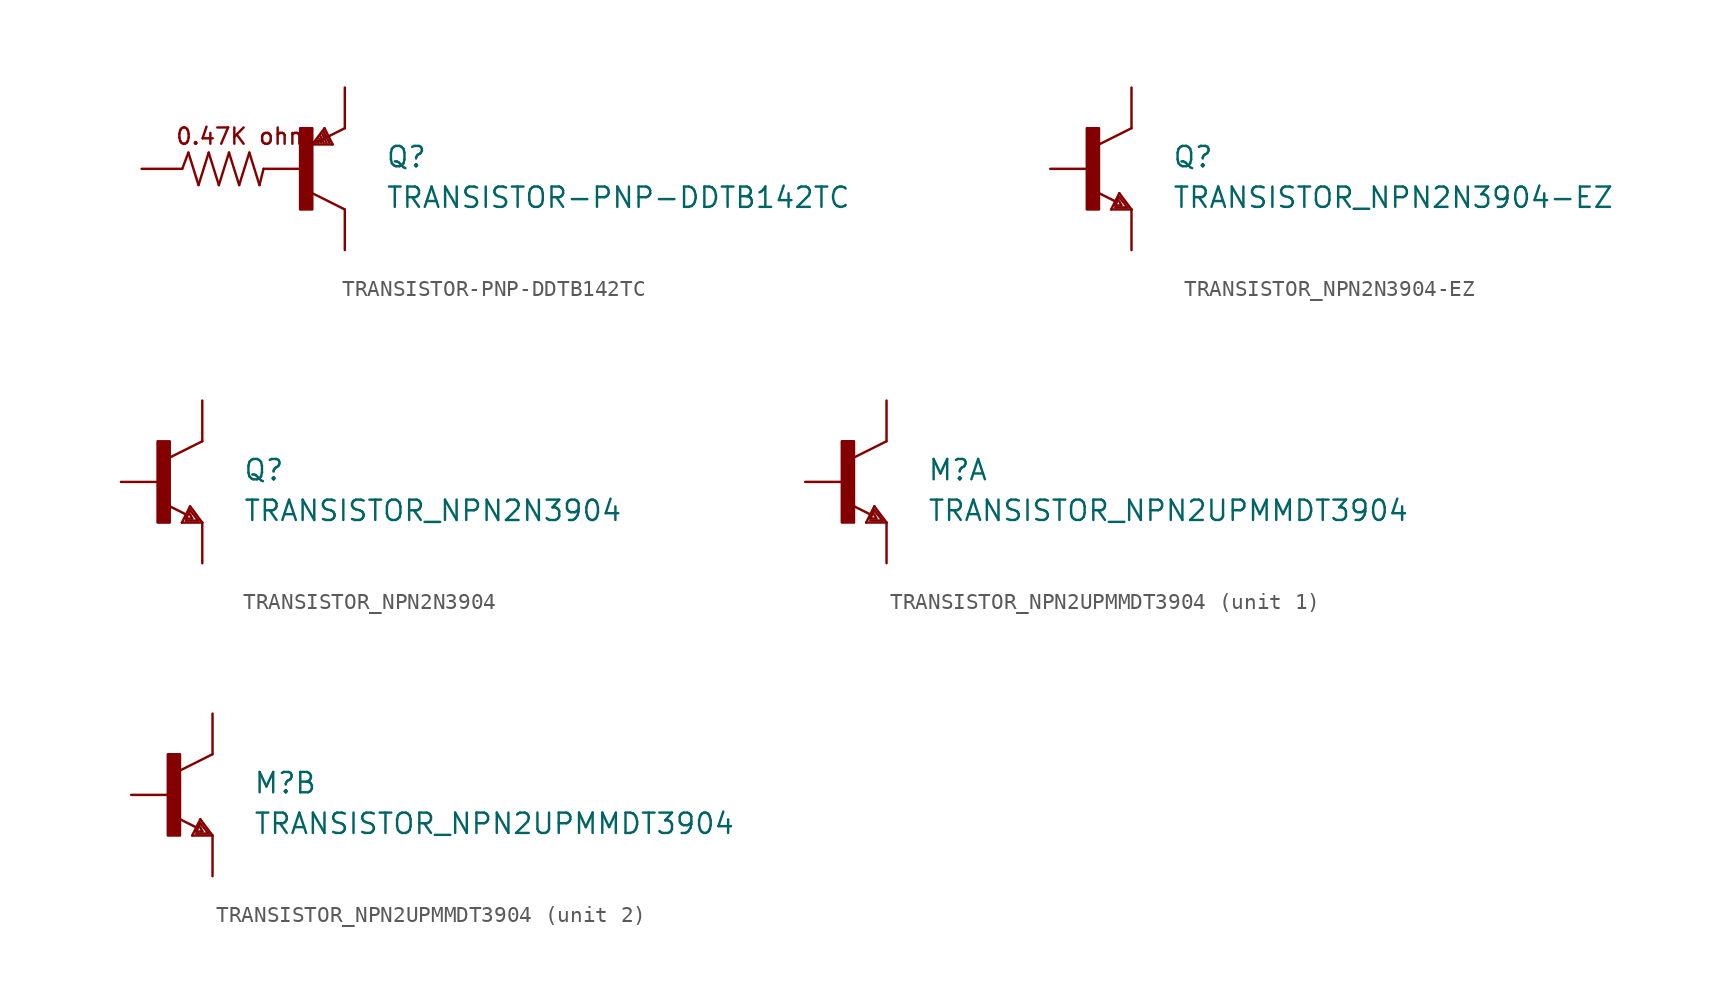
<source format=kicad_sym>
(kicad_symbol_lib
  (version 20211014)
  (generator kicad_symbol_editor)
  (symbol "TRANSISTOR-PNP-DDTB142TC"
    (pin_numbers hide)
    (pin_names
      (offset 1.016) hide)
    (property "Reference" "Q"
      (at 5.08 0 0)
      (effects (font (size 1.27 1.27)) (justify left bottom)))
    (property "Value" "TRANSISTOR-PNP-DDTB142TC"
      (at 5.08 -2.54 0)
      (effects (font (size 1.27 1.27)) (justify left bottom)))
    (property "ki_locked" ""
      (at 0 0 0)
      (effects (font (size 1.27 1.27))))
    (symbol "TRANSISTOR-PNP-DDTB142TC_1_0"
      (polyline (pts (xy -7.62 0) (xy -7.239 1.016)) (stroke (width 0) (type default) (color 0 0 0 0)) (fill (type none)))
      (polyline (pts (xy -7.239 1.016) (xy -6.604 -1.016)) (stroke (width 0) (type default) (color 0 0 0 0)) (fill (type none)))
      (polyline (pts (xy -6.604 -1.016) (xy -5.969 1.016)) (stroke (width 0) (type default) (color 0 0 0 0)) (fill (type none)))
      (polyline (pts (xy -5.969 1.016) (xy -5.334 -1.016)) (stroke (width 0) (type default) (color 0 0 0 0)) (fill (type none)))
      (polyline (pts (xy -5.334 -1.016) (xy -4.699 1.016)) (stroke (width 0) (type default) (color 0 0 0 0)) (fill (type none)))
      (polyline (pts (xy -4.699 1.016) (xy -4.064 -1.016)) (stroke (width 0) (type default) (color 0 0 0 0)) (fill (type none)))
      (polyline (pts (xy -4.064 -1.016) (xy -3.429 1.016)) (stroke (width 0) (type default) (color 0 0 0 0)) (fill (type none)))
      (polyline (pts (xy -3.429 1.016) (xy -2.794 -1.016)) (stroke (width 0) (type default) (color 0 0 0 0)) (fill (type none)))
      (polyline (pts (xy -2.794 -1.016) (xy -2.54 0)) (stroke (width 0) (type default) (color 0 0 0 0)) (fill (type none)))
      (polyline (pts (xy -2.54 0) (xy 0 0)) (stroke (width 0) (type default) (color 0 0 0 0)) (fill (type none)))
      (polyline (pts (xy 0.508 -1.524) (xy 2.54 -2.54)) (stroke (width 0) (type default) (color 0 0 0 0)) (fill (type none)))
      (polyline (pts (xy 0.508 1.524) (xy 1.27 2.54)) (stroke (width 0) (type default) (color 0 0 0 0)) (fill (type none)))
      (polyline (pts (xy 0.813 1.778) (xy 0.889 1.626)) (stroke (width 0) (type default) (color 0 0 0 0)) (fill (type none)))
      (polyline (pts (xy 0.94 1.88) (xy 1.041 1.651)) (stroke (width 0) (type default) (color 0 0 0 0)) (fill (type none)))
      (polyline (pts (xy 1.016 2.032) (xy 1.219 1.626)) (stroke (width 0) (type default) (color 0 0 0 0)) (fill (type none)))
      (polyline (pts (xy 1.143 2.159) (xy 1.397 1.626)) (stroke (width 0) (type default) (color 0 0 0 0)) (fill (type none)))
      (polyline (pts (xy 1.219 2.311) (xy 1.575 1.626)) (stroke (width 0) (type default) (color 0 0 0 0)) (fill (type none)))
      (polyline (pts (xy 1.27 2.54) (xy 1.778 1.524)) (stroke (width 0) (type default) (color 0 0 0 0)) (fill (type none)))
      (polyline (pts (xy 1.778 1.524) (xy 0.508 1.524)) (stroke (width 0) (type default) (color 0 0 0 0)) (fill (type none)))
      (polyline (pts (xy 2.54 2.54) (xy 0.508 1.524)) (stroke (width 0) (type default) (color 0 0 0 0)) (fill (type none)))
      (text "0.47K ohm" (at -3.81 2.032 0) (effects (font (size 1.016 1.016)))))
    (symbol "TRANSISTOR-PNP-DDTB142TC_1_1"
      (rectangle (start -0.254 -2.54) (end 0.508 2.54) (stroke (width 0) (type default) (color 0 0 0 0)) (fill (type outline)))
      (pin passive line (at -10.16 0 0) (length 2.54) (name "B" (effects (font (size 1.016 1.016)))) (number "1" (effects (font (size 1.016 1.016)))))
      (pin passive line (at 2.54 5.08 270) (length 2.54) (name "E" (effects (font (size 1.016 1.016)))) (number "2" (effects (font (size 1.016 1.016)))))
      (pin passive line (at 2.54 -5.08 90) (length 2.54) (name "C" (effects (font (size 1.016 1.016)))) (number "3" (effects (font (size 1.016 1.016)))))))
  (symbol "TRANSISTOR_NPN2N3904-EZ"
    (pin_numbers hide)
    (pin_names
      (offset 1.016) hide)
    (property "Reference" "Q"
      (at 5.08 0 0)
      (effects (font (size 1.27 1.27)) (justify left bottom)))
    (property "Value" "TRANSISTOR_NPN2N3904-EZ"
      (at 5.08 -2.54 0)
      (effects (font (size 1.27 1.27)) (justify left bottom)))
    (property "ki_locked" ""
      (at 0 0 0)
      (effects (font (size 1.27 1.27))))
    (symbol "TRANSISTOR_NPN2N3904-EZ_1_0"
      (polyline (pts (xy 1.27 -2.54) (xy 1.778 -1.524)) (stroke (width 0) (type default) (color 0 0 0 0)) (fill (type none)))
      (polyline (pts (xy 1.524 -2.413) (xy 2.286 -2.413)) (stroke (width 0) (type default) (color 0 0 0 0)) (fill (type none)))
      (polyline (pts (xy 1.524 -2.286) (xy 1.905 -2.286)) (stroke (width 0) (type default) (color 0 0 0 0)) (fill (type none)))
      (polyline (pts (xy 1.524 -2.032) (xy 0.305 -1.422)) (stroke (width 0) (type default) (color 0 0 0 0)) (fill (type none)))
      (polyline (pts (xy 1.778 -1.778) (xy 1.524 -2.286)) (stroke (width 0) (type default) (color 0 0 0 0)) (fill (type none)))
      (polyline (pts (xy 1.778 -1.524) (xy 2.54 -2.54)) (stroke (width 0) (type default) (color 0 0 0 0)) (fill (type none)))
      (polyline (pts (xy 1.905 -2.286) (xy 1.778 -2.032)) (stroke (width 0) (type default) (color 0 0 0 0)) (fill (type none)))
      (polyline (pts (xy 2.286 -2.413) (xy 1.778 -1.778)) (stroke (width 0) (type default) (color 0 0 0 0)) (fill (type none)))
      (polyline (pts (xy 2.54 -2.54) (xy 1.27 -2.54)) (stroke (width 0) (type default) (color 0 0 0 0)) (fill (type none)))
      (polyline (pts (xy 2.54 2.54) (xy 0.508 1.524)) (stroke (width 0) (type default) (color 0 0 0 0)) (fill (type none))))
    (symbol "TRANSISTOR_NPN2N3904-EZ_1_1"
      (rectangle (start -0.254 -2.54) (end 0.508 2.54) (stroke (width 0) (type default) (color 0 0 0 0)) (fill (type outline)))
      (pin passive line (at 2.54 -5.08 90) (length 2.54) (name "E" (effects (font (size 1.016 1.016)))) (number "1" (effects (font (size 1.016 1.016)))))
      (pin passive line (at -2.54 0 0) (length 2.54) (name "B" (effects (font (size 1.016 1.016)))) (number "2" (effects (font (size 1.016 1.016)))))
      (pin passive line (at 2.54 5.08 270) (length 2.54) (name "C" (effects (font (size 1.016 1.016)))) (number "3" (effects (font (size 1.016 1.016)))))))
  (symbol "TRANSISTOR_NPN2N3904"
    (pin_numbers hide)
    (pin_names
      (offset 1.016) hide)
    (property "Reference" "Q"
      (at 5.08 0 0)
      (effects (font (size 1.27 1.27)) (justify left bottom)))
    (property "Value" "TRANSISTOR_NPN2N3904"
      (at 5.08 -2.54 0)
      (effects (font (size 1.27 1.27)) (justify left bottom)))
    (property "ki_locked" ""
      (at 0 0 0)
      (effects (font (size 1.27 1.27))))
    (symbol "TRANSISTOR_NPN2N3904_1_0"
      (polyline (pts (xy 1.27 -2.54) (xy 1.778 -1.524)) (stroke (width 0) (type default) (color 0 0 0 0)) (fill (type none)))
      (polyline (pts (xy 1.524 -2.413) (xy 2.286 -2.413)) (stroke (width 0) (type default) (color 0 0 0 0)) (fill (type none)))
      (polyline (pts (xy 1.524 -2.286) (xy 1.905 -2.286)) (stroke (width 0) (type default) (color 0 0 0 0)) (fill (type none)))
      (polyline (pts (xy 1.524 -2.032) (xy 0.305 -1.422)) (stroke (width 0) (type default) (color 0 0 0 0)) (fill (type none)))
      (polyline (pts (xy 1.778 -1.778) (xy 1.524 -2.286)) (stroke (width 0) (type default) (color 0 0 0 0)) (fill (type none)))
      (polyline (pts (xy 1.778 -1.524) (xy 2.54 -2.54)) (stroke (width 0) (type default) (color 0 0 0 0)) (fill (type none)))
      (polyline (pts (xy 1.905 -2.286) (xy 1.778 -2.032)) (stroke (width 0) (type default) (color 0 0 0 0)) (fill (type none)))
      (polyline (pts (xy 2.286 -2.413) (xy 1.778 -1.778)) (stroke (width 0) (type default) (color 0 0 0 0)) (fill (type none)))
      (polyline (pts (xy 2.54 -2.54) (xy 1.27 -2.54)) (stroke (width 0) (type default) (color 0 0 0 0)) (fill (type none)))
      (polyline (pts (xy 2.54 2.54) (xy 0.508 1.524)) (stroke (width 0) (type default) (color 0 0 0 0)) (fill (type none))))
    (symbol "TRANSISTOR_NPN2N3904_1_1"
      (rectangle (start -0.254 -2.54) (end 0.508 2.54) (stroke (width 0) (type default) (color 0 0 0 0)) (fill (type outline)))
      (pin passive line (at 2.54 -5.08 90) (length 2.54) (name "E" (effects (font (size 1.016 1.016)))) (number "1" (effects (font (size 1.016 1.016)))))
      (pin passive line (at -2.54 0 0) (length 2.54) (name "B" (effects (font (size 1.016 1.016)))) (number "2" (effects (font (size 1.016 1.016)))))
      (pin passive line (at 2.54 5.08 270) (length 2.54) (name "C" (effects (font (size 1.016 1.016)))) (number "3" (effects (font (size 1.016 1.016)))))))
  (symbol "TRANSISTOR_NPN2UPMMDT3904"
    (pin_numbers hide)
    (pin_names
      (offset 1.016) hide)
    (property "Reference" "M"
      (at 5.08 0 0)
      (effects (font (size 1.27 1.27)) (justify left bottom)))
    (property "Value" "TRANSISTOR_NPN2UPMMDT3904"
      (at 5.08 -2.54 0)
      (effects (font (size 1.27 1.27)) (justify left bottom)))
    (property "ki_locked" ""
      (at 0 0 0)
      (effects (font (size 1.27 1.27))))
    (symbol "TRANSISTOR_NPN2UPMMDT3904_1_0"
      (polyline (pts (xy 1.27 -2.54) (xy 1.778 -1.524)) (stroke (width 0) (type default) (color 0 0 0 0)) (fill (type none)))
      (polyline (pts (xy 1.524 -2.413) (xy 2.286 -2.413)) (stroke (width 0) (type default) (color 0 0 0 0)) (fill (type none)))
      (polyline (pts (xy 1.524 -2.286) (xy 1.905 -2.286)) (stroke (width 0) (type default) (color 0 0 0 0)) (fill (type none)))
      (polyline (pts (xy 1.524 -2.032) (xy 0.305 -1.422)) (stroke (width 0) (type default) (color 0 0 0 0)) (fill (type none)))
      (polyline (pts (xy 1.778 -1.778) (xy 1.524 -2.286)) (stroke (width 0) (type default) (color 0 0 0 0)) (fill (type none)))
      (polyline (pts (xy 1.778 -1.524) (xy 2.54 -2.54)) (stroke (width 0) (type default) (color 0 0 0 0)) (fill (type none)))
      (polyline (pts (xy 1.905 -2.286) (xy 1.778 -2.032)) (stroke (width 0) (type default) (color 0 0 0 0)) (fill (type none)))
      (polyline (pts (xy 2.286 -2.413) (xy 1.778 -1.778)) (stroke (width 0) (type default) (color 0 0 0 0)) (fill (type none)))
      (polyline (pts (xy 2.54 -2.54) (xy 1.27 -2.54)) (stroke (width 0) (type default) (color 0 0 0 0)) (fill (type none)))
      (polyline (pts (xy 2.54 2.54) (xy 0.508 1.524)) (stroke (width 0) (type default) (color 0 0 0 0)) (fill (type none))))
    (symbol "TRANSISTOR_NPN2UPMMDT3904_1_1"
      (rectangle (start -0.254 -2.54) (end 0.508 2.54) (stroke (width 0) (type default) (color 0 0 0 0)) (fill (type outline)))
      (pin passive line (at 2.54 -5.08 90) (length 2.54) (name "E" (effects (font (size 1.016 1.016)))) (number "1" (effects (font (size 1.016 1.016)))))
      (pin passive line (at -2.54 0 0) (length 2.54) (name "B" (effects (font (size 1.016 1.016)))) (number "2" (effects (font (size 1.016 1.016)))))
      (pin passive line (at 2.54 5.08 270) (length 2.54) (name "C" (effects (font (size 1.016 1.016)))) (number "6" (effects (font (size 1.016 1.016))))))
    (symbol "TRANSISTOR_NPN2UPMMDT3904_2_0"
      (polyline (pts (xy 1.27 -2.54) (xy 1.778 -1.524)) (stroke (width 0) (type default) (color 0 0 0 0)) (fill (type none)))
      (polyline (pts (xy 1.524 -2.413) (xy 2.286 -2.413)) (stroke (width 0) (type default) (color 0 0 0 0)) (fill (type none)))
      (polyline (pts (xy 1.524 -2.286) (xy 1.905 -2.286)) (stroke (width 0) (type default) (color 0 0 0 0)) (fill (type none)))
      (polyline (pts (xy 1.524 -2.032) (xy 0.305 -1.422)) (stroke (width 0) (type default) (color 0 0 0 0)) (fill (type none)))
      (polyline (pts (xy 1.778 -1.778) (xy 1.524 -2.286)) (stroke (width 0) (type default) (color 0 0 0 0)) (fill (type none)))
      (polyline (pts (xy 1.778 -1.524) (xy 2.54 -2.54)) (stroke (width 0) (type default) (color 0 0 0 0)) (fill (type none)))
      (polyline (pts (xy 1.905 -2.286) (xy 1.778 -2.032)) (stroke (width 0) (type default) (color 0 0 0 0)) (fill (type none)))
      (polyline (pts (xy 2.286 -2.413) (xy 1.778 -1.778)) (stroke (width 0) (type default) (color 0 0 0 0)) (fill (type none)))
      (polyline (pts (xy 2.54 -2.54) (xy 1.27 -2.54)) (stroke (width 0) (type default) (color 0 0 0 0)) (fill (type none)))
      (polyline (pts (xy 2.54 2.54) (xy 0.508 1.524)) (stroke (width 0) (type default) (color 0 0 0 0)) (fill (type none))))
    (symbol "TRANSISTOR_NPN2UPMMDT3904_2_1"
      (rectangle (start -0.254 -2.54) (end 0.508 2.54) (stroke (width 0) (type default) (color 0 0 0 0)) (fill (type outline)))
      (pin passive line (at 2.54 5.08 270) (length 2.54) (name "C" (effects (font (size 1.016 1.016)))) (number "3" (effects (font (size 1.016 1.016)))))
      (pin passive line (at 2.54 -5.08 90) (length 2.54) (name "E" (effects (font (size 1.016 1.016)))) (number "4" (effects (font (size 1.016 1.016)))))
      (pin passive line (at -2.54 0 0) (length 2.54) (name "B" (effects (font (size 1.016 1.016)))) (number "5" (effects (font (size 1.016 1.016))))))))
</source>
